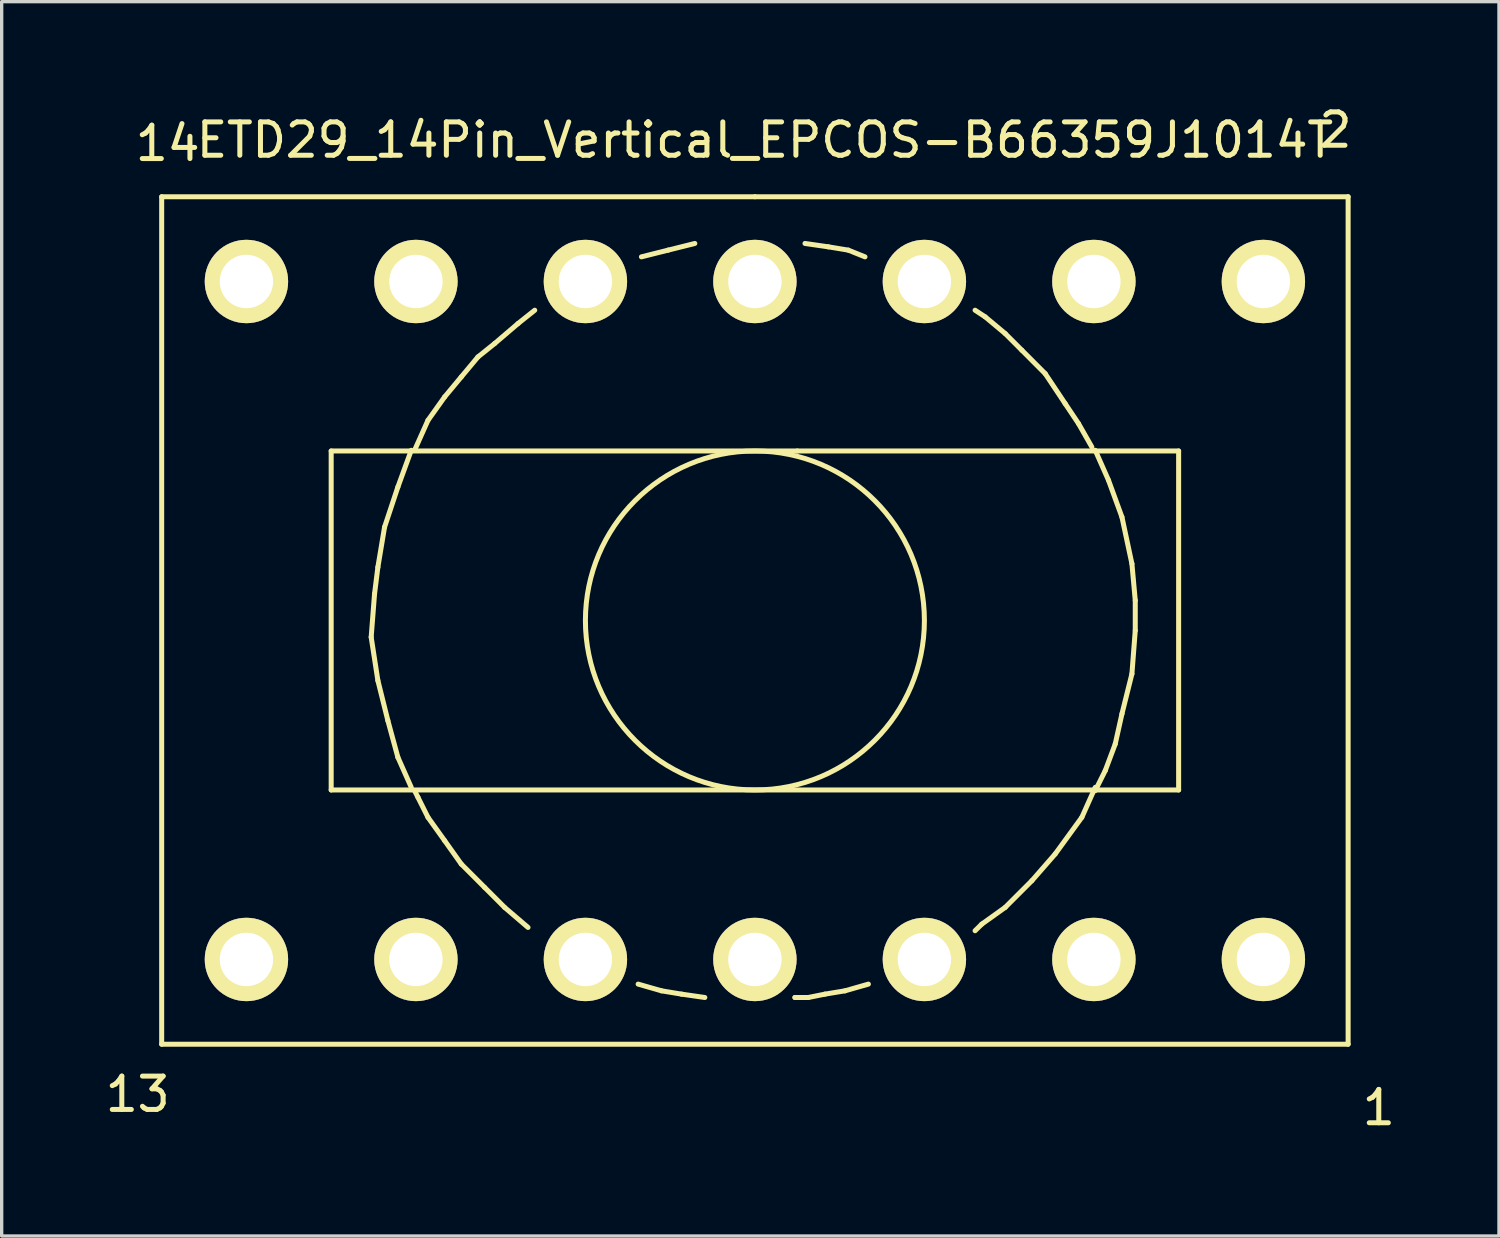
<source format=kicad_pcb>
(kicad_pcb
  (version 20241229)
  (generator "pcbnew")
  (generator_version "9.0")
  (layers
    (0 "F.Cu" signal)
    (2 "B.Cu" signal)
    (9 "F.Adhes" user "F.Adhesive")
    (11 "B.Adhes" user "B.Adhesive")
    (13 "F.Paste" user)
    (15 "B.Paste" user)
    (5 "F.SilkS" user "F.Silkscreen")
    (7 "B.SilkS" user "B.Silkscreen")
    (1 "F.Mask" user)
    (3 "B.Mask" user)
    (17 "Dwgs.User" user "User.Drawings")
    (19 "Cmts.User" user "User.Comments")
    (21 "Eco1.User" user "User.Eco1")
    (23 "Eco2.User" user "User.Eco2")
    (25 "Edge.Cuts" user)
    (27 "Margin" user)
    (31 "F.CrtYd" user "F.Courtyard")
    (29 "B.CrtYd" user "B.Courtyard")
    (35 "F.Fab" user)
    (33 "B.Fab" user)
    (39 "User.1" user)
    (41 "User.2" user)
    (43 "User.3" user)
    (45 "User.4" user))
  (footprint "ETD29_14Pin_Vertical_EPCOS-B66359J1014T"
    (layer "F.Cu")
    (at 19.576 15.547)
    (property "Reference" "ETD29_14Pin_Vertical_EPCOS-B66359J1014T" (at 0.3 -14.399 0) (layer "F.SilkS") (effects (font (size 1 1) (thickness 0.15))))
    (attr through_hole)
    (fp_line (start -17.78 -12.7) (end -17.78 12.7) (stroke (width 0.15) (type solid)) (layer "F.SilkS"))
    (fp_line (start -17.78 12.7) (end 17.78 12.7) (stroke (width 0.15) (type solid)) (layer "F.SilkS"))
    (fp_line (start -12.7 -5.08) (end 1.27 -5.08) (stroke (width 0.15) (type solid)) (layer "F.SilkS"))
    (fp_line (start -12.7 5.08) (end -12.7 -5.08) (stroke (width 0.15) (type solid)) (layer "F.SilkS"))
    (fp_line (start -11.501 0.5) (end -11.3 1.801) (stroke (width 0.15) (type solid)) (layer "F.SilkS"))
    (fp_line (start -11.4 -0.8) (end -11.501 0.5) (stroke (width 0.15) (type solid)) (layer "F.SilkS"))
    (fp_line (start -11.3 -1.6) (end -11.4 -0.8) (stroke (width 0.15) (type solid)) (layer "F.SilkS"))
    (fp_line (start -11.3 1.801) (end -11.001 3) (stroke (width 0.15) (type solid)) (layer "F.SilkS"))
    (fp_line (start -11.1 -2.799) (end -11.3 -1.6) (stroke (width 0.15) (type solid)) (layer "F.SilkS"))
    (fp_line (start -11.001 3) (end -10.701 4.1) (stroke (width 0.15) (type solid)) (layer "F.SilkS"))
    (fp_line (start -10.701 -4) (end -11.1 -2.799) (stroke (width 0.15) (type solid)) (layer "F.SilkS"))
    (fp_line (start -10.701 4.1) (end -10.3 5.001) (stroke (width 0.15) (type solid)) (layer "F.SilkS"))
    (fp_line (start -10.3 -5.1) (end -10.701 -4) (stroke (width 0.15) (type solid)) (layer "F.SilkS"))
    (fp_line (start -10.099 5.301) (end -10.201 5.1) (stroke (width 0.15) (type solid)) (layer "F.SilkS"))
    (fp_line (start -9.799 -5.999) (end -10.201 -5.1) (stroke (width 0.15) (type solid)) (layer "F.SilkS"))
    (fp_line (start -9.799 5.9) (end -10.099 5.301) (stroke (width 0.15) (type solid)) (layer "F.SilkS"))
    (fp_line (start -9.299 -6.701) (end -9.799 -5.999) (stroke (width 0.15) (type solid)) (layer "F.SilkS"))
    (fp_line (start -9.299 6.599) (end -9.799 5.9) (stroke (width 0.15) (type solid)) (layer "F.SilkS"))
    (fp_line (start -8.801 -7.3) (end -9.299 -6.701) (stroke (width 0.15) (type solid)) (layer "F.SilkS"))
    (fp_line (start -8.801 7.3) (end -9.299 6.599) (stroke (width 0.15) (type solid)) (layer "F.SilkS"))
    (fp_line (start -8.301 -7.899) (end -8.801 -7.3) (stroke (width 0.15) (type solid)) (layer "F.SilkS"))
    (fp_line (start -8.1 8.001) (end -8.801 7.3) (stroke (width 0.15) (type solid)) (layer "F.SilkS"))
    (fp_line (start -7.8 -8.301) (end -8.301 -7.899) (stroke (width 0.15) (type solid)) (layer "F.SilkS"))
    (fp_line (start -7.501 8.6) (end -8.1 8.001) (stroke (width 0.15) (type solid)) (layer "F.SilkS"))
    (fp_line (start -7.099 -8.9) (end -7.8 -8.301) (stroke (width 0.15) (type solid)) (layer "F.SilkS"))
    (fp_line (start -6.8 9.2) (end -7.501 8.6) (stroke (width 0.15) (type solid)) (layer "F.SilkS"))
    (fp_line (start -6.599 -9.299) (end -7.099 -8.9) (stroke (width 0.15) (type solid)) (layer "F.SilkS"))
    (fp_line (start -2.799 11.1) (end -3.5 10.899) (stroke (width 0.15) (type solid)) (layer "F.SilkS"))
    (fp_line (start -2.601 -11.1) (end -3.401 -10.899) (stroke (width 0.15) (type solid)) (layer "F.SilkS"))
    (fp_line (start -2.2 11.199) (end -2.799 11.1) (stroke (width 0.15) (type solid)) (layer "F.SilkS"))
    (fp_line (start -1.801 -11.3) (end -2.601 -11.1) (stroke (width 0.15) (type solid)) (layer "F.SilkS"))
    (fp_line (start -1.501 11.3) (end -2.2 11.199) (stroke (width 0.15) (type solid)) (layer "F.SilkS"))
    (fp_line (start 0 -12.7) (end -17.78 -12.7) (stroke (width 0.15) (type solid)) (layer "F.SilkS"))
    (fp_line (start 0 -12.7) (end 17.78 -12.7) (stroke (width 0.15) (type solid)) (layer "F.SilkS"))
    (fp_line (start 1.199 11.3) (end 1.3 11.3) (stroke (width 0.15) (type solid)) (layer "F.SilkS"))
    (fp_line (start 1.27 -5.08) (end 12.7 -5.08) (stroke (width 0.15) (type solid)) (layer "F.SilkS"))
    (fp_line (start 1.6 11.3) (end 1.199 11.3) (stroke (width 0.15) (type solid)) (layer "F.SilkS"))
    (fp_line (start 2.101 11.199) (end 1.6 11.3) (stroke (width 0.15) (type solid)) (layer "F.SilkS"))
    (fp_line (start 2.2 -11.199) (end 1.501 -11.3) (stroke (width 0.15) (type solid)) (layer "F.SilkS"))
    (fp_line (start 2.7 11.1) (end 2.101 11.199) (stroke (width 0.15) (type solid)) (layer "F.SilkS"))
    (fp_line (start 2.799 -11.1) (end 2.2 -11.199) (stroke (width 0.15) (type solid)) (layer "F.SilkS"))
    (fp_line (start 3.299 -10.899) (end 2.799 -11.1) (stroke (width 0.15) (type solid)) (layer "F.SilkS"))
    (fp_line (start 3.401 10.899) (end 2.7 11.1) (stroke (width 0.15) (type solid)) (layer "F.SilkS"))
    (fp_line (start 6.599 -9.299) (end 6.901 -9.101) (stroke (width 0.15) (type solid)) (layer "F.SilkS"))
    (fp_line (start 6.8 9.101) (end 6.599 9.299) (stroke (width 0.15) (type solid)) (layer "F.SilkS"))
    (fp_line (start 6.901 -9.101) (end 7.501 -8.6) (stroke (width 0.15) (type solid)) (layer "F.SilkS"))
    (fp_line (start 7.501 -8.6) (end 8.001 -8.1) (stroke (width 0.15) (type solid)) (layer "F.SilkS"))
    (fp_line (start 7.501 8.6) (end 6.8 9.101) (stroke (width 0.15) (type solid)) (layer "F.SilkS"))
    (fp_line (start 8.001 -8.1) (end 8.7 -7.399) (stroke (width 0.15) (type solid)) (layer "F.SilkS"))
    (fp_line (start 8.301 7.8) (end 7.501 8.6) (stroke (width 0.15) (type solid)) (layer "F.SilkS"))
    (fp_line (start 8.7 -7.399) (end 9.299 -6.5) (stroke (width 0.15) (type solid)) (layer "F.SilkS"))
    (fp_line (start 8.999 7) (end 8.301 7.8) (stroke (width 0.15) (type solid)) (layer "F.SilkS"))
    (fp_line (start 9.299 -6.5) (end 9.7 -5.9) (stroke (width 0.15) (type solid)) (layer "F.SilkS"))
    (fp_line (start 9.7 -5.9) (end 10.099 -5.199) (stroke (width 0.15) (type solid)) (layer "F.SilkS"))
    (fp_line (start 9.799 5.9) (end 8.999 7) (stroke (width 0.15) (type solid)) (layer "F.SilkS"))
    (fp_line (start 10.201 -5.1) (end 10.599 -4.201) (stroke (width 0.15) (type solid)) (layer "F.SilkS"))
    (fp_line (start 10.201 5.001) (end 9.799 5.9) (stroke (width 0.15) (type solid)) (layer "F.SilkS"))
    (fp_line (start 10.5 4.501) (end 10.201 5.1) (stroke (width 0.15) (type solid)) (layer "F.SilkS"))
    (fp_line (start 10.599 -4.201) (end 11.001 -3.099) (stroke (width 0.15) (type solid)) (layer "F.SilkS"))
    (fp_line (start 10.8 3.701) (end 10.5 4.501) (stroke (width 0.15) (type solid)) (layer "F.SilkS"))
    (fp_line (start 11.001 -3.099) (end 11.3 -1.699) (stroke (width 0.15) (type solid)) (layer "F.SilkS"))
    (fp_line (start 11.001 2.799) (end 10.8 3.701) (stroke (width 0.15) (type solid)) (layer "F.SilkS"))
    (fp_line (start 11.3 -1.699) (end 11.4 -0.599) (stroke (width 0.15) (type solid)) (layer "F.SilkS"))
    (fp_line (start 11.3 1.6) (end 11.001 2.799) (stroke (width 0.15) (type solid)) (layer "F.SilkS"))
    (fp_line (start 11.4 -0.599) (end 11.4 0.3) (stroke (width 0.15) (type solid)) (layer "F.SilkS"))
    (fp_line (start 11.4 0.3) (end 11.3 1.6) (stroke (width 0.15) (type solid)) (layer "F.SilkS"))
    (fp_line (start 12.7 -5.08) (end 12.7 5.08) (stroke (width 0.15) (type solid)) (layer "F.SilkS"))
    (fp_line (start 12.7 5.08) (end -12.7 5.08) (stroke (width 0.15) (type solid)) (layer "F.SilkS"))
    (fp_line (start 17.78 -12.7) (end 17.78 12.7) (stroke (width 0.15) (type solid)) (layer "F.SilkS"))
    (fp_circle (center 0 0) (end 0 -5.08) (stroke (width 0.15) (type solid)) (fill no) (layer "F.SilkS"))
    (fp_text user "13" (at -18.499 14.201 0) (layer "F.SilkS") (effects (font (size 1 1) (thickness 0.15))))
    (fp_text user "14" (at -17.6 -14.3 0) (layer "F.SilkS") (effects (font (size 1 1) (thickness 0.15))))
    (fp_text user "1" (at 18.699 14.6 0) (layer "F.SilkS") (effects (font (size 1 1) (thickness 0.15))))
    (fp_text user "2" (at 17.399 -14.699 0) (layer "F.SilkS") (effects (font (size 1 1) (thickness 0.15))))
    (pad "1" thru_hole circle (at 15.24 10.16) (size 2.499 2.499) (drill 1.6) (layers "*.Cu" "*.Mask" "F.SilkS"))
    (pad "2" thru_hole circle (at 15.24 -10.16) (size 2.499 2.499) (drill 1.6) (layers "*.Cu" "*.Mask" "F.SilkS"))
    (pad "3" thru_hole circle (at 10.16 10.16) (size 2.499 2.499) (drill 1.6) (layers "*.Cu" "*.Mask" "F.SilkS"))
    (pad "4" thru_hole circle (at 10.16 -10.16) (size 2.499 2.499) (drill 1.6) (layers "*.Cu" "*.Mask" "F.SilkS"))
    (pad "5" thru_hole circle (at 5.08 10.16) (size 2.499 2.499) (drill 1.6) (layers "*.Cu" "*.Mask" "F.SilkS"))
    (pad "6" thru_hole circle (at 5.08 -10.16) (size 2.499 2.499) (drill 1.6) (layers "*.Cu" "*.Mask" "F.SilkS"))
    (pad "7" thru_hole circle (at 0 10.16) (size 2.499 2.499) (drill 1.6) (layers "*.Cu" "*.Mask" "F.SilkS"))
    (pad "8" thru_hole circle (at 0 -10.16) (size 2.499 2.499) (drill 1.6) (layers "*.Cu" "*.Mask" "F.SilkS"))
    (pad "9" thru_hole circle (at -5.08 10.16) (size 2.499 2.499) (drill 1.6) (layers "*.Cu" "*.Mask" "F.SilkS"))
    (pad "10" thru_hole circle (at -5.08 -10.16) (size 2.499 2.499) (drill 1.6) (layers "*.Cu" "*.Mask" "F.SilkS"))
    (pad "11" thru_hole circle (at -10.16 10.16) (size 2.499 2.499) (drill 1.6) (layers "*.Cu" "*.Mask" "F.SilkS"))
    (pad "12" thru_hole circle (at -10.16 -10.16) (size 2.499 2.499) (drill 1.6) (layers "*.Cu" "*.Mask" "F.SilkS"))
    (pad "13" thru_hole circle (at -15.24 10.16) (size 2.499 2.499) (drill 1.6) (layers "*.Cu" "*.Mask" "F.SilkS"))
    (pad "14" thru_hole circle (at -15.24 -10.16) (size 2.499 2.499) (drill 1.6) (layers "*.Cu" "*.Mask" "F.SilkS")))
  (gr_rect
    (start -3 -3)
    (end 41.877 33.995)
    (stroke (width 0.1) (type default))
    (fill no)
    (layer "Edge.Cuts")))
</source>
